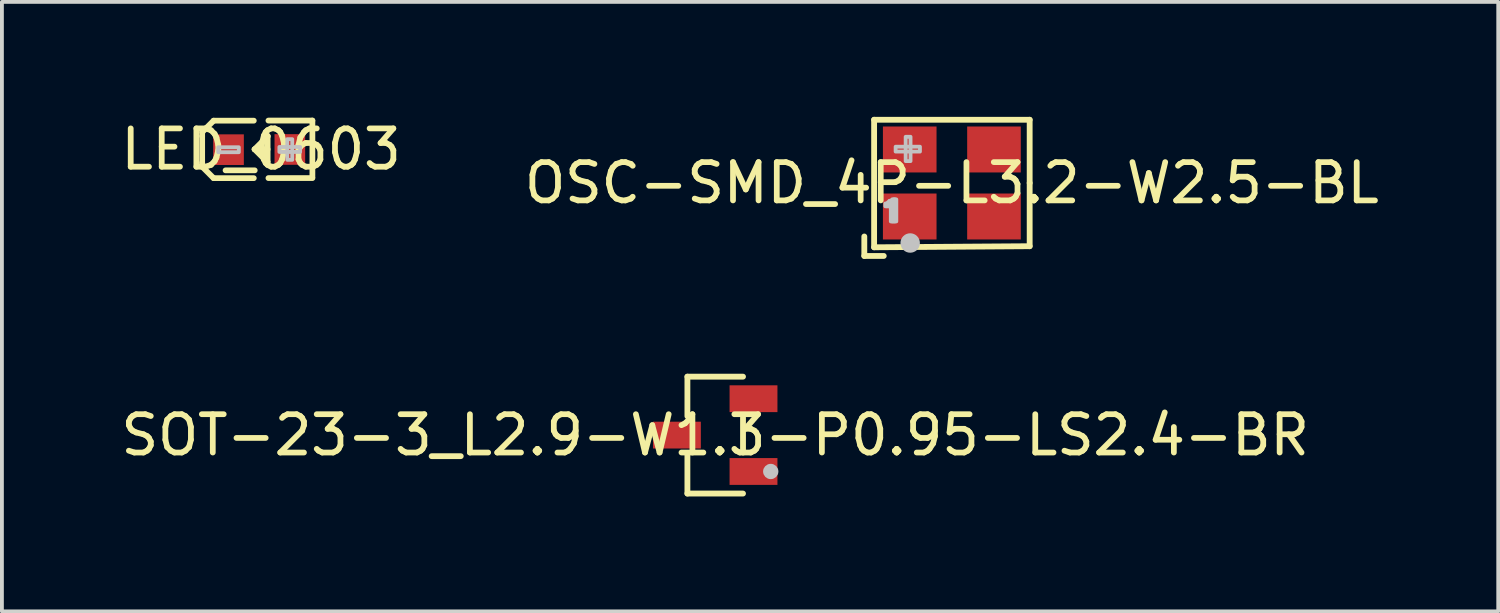
<source format=kicad_pcb>
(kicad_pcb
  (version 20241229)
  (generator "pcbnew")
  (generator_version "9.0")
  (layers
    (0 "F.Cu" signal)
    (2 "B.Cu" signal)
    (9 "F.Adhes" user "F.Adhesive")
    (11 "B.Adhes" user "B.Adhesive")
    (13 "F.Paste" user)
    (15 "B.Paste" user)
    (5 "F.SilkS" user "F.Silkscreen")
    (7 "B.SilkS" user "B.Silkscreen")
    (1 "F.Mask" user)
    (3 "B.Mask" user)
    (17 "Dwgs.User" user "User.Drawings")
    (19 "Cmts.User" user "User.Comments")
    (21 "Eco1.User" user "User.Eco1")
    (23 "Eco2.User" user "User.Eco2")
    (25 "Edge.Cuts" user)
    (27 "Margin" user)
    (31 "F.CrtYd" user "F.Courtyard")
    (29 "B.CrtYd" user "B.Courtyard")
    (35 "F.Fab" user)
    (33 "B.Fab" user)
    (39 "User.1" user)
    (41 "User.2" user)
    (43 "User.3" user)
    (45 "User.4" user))
  (footprint "SOT-23-3_L2.9-W1.3-P0.95-LS2.4-BR"
    (layer "F.Cu")
    (at 15.625 8.311)
    (property "Reference" "SOT-23-3_L2.9-W1.3-P0.95-LS2.4-BR" (at 0 0 0) (layer "F.SilkS") (effects (font (size 1 1) (thickness 0.15))))
    (fp_line (start -0.726 -1.526) (end -0.726 -0.494) (stroke (width 0.152) (type default)) (layer "F.SilkS"))
    (fp_line (start -0.726 1.526) (end -0.726 0.494) (stroke (width 0.152) (type default)) (layer "F.SilkS"))
    (fp_line (start 0.726 -1.526) (end -0.726 -1.526) (stroke (width 0.152) (type default)) (layer "F.SilkS"))
    (fp_line (start 0.726 -0.456) (end 0.726 0.456) (stroke (width 0.152) (type default)) (layer "F.SilkS"))
    (fp_line (start 0.726 1.526) (end -0.726 1.526) (stroke (width 0.152) (type default)) (layer "F.SilkS"))
    (fp_circle (center 1.45 0.95) (end 1.55 0.95) (stroke (width 0.2) (type default)) (fill no) (layer "Dwgs.User"))
    (fp_poly (pts (xy -1.2 0.2) (xy -1.2 -0.2) (xy -0.8 -0.2) (xy -0.8 0.2)) (stroke (width 0.1) (type default)) (fill no) (layer "User.1"))
    (fp_poly (pts (xy -0.81 0.2) (xy -0.81 -0.2) (xy -0.64 -0.2) (xy -0.64 0.2)) (stroke (width 0.1) (type default)) (fill no) (layer "User.1"))
    (fp_poly (pts (xy 0.64 -0.75) (xy 0.64 -1.15) (xy 0.81 -1.15) (xy 0.81 -0.75)) (stroke (width 0.1) (type default)) (fill no) (layer "User.1"))
    (fp_poly (pts (xy 0.64 1.15) (xy 0.64 0.75) (xy 0.81 0.75) (xy 0.81 1.15)) (stroke (width 0.1) (type default)) (fill no) (layer "User.1"))
    (fp_poly (pts (xy 0.8 -0.75) (xy 0.8 -1.15) (xy 1.2 -1.15) (xy 1.2 -0.75)) (stroke (width 0.1) (type default)) (fill no) (layer "User.1"))
    (fp_poly (pts (xy 0.8 1.15) (xy 0.8 0.75) (xy 1.2 0.75) (xy 1.2 1.15)) (stroke (width 0.1) (type default)) (fill no) (layer "User.1"))
    (fp_line (start -0.65 -1.45) (end 0.65 -1.45) (stroke (width 0.051) (type default)) (layer "User.2"))
    (fp_line (start -0.65 1.45) (end -0.65 -1.45) (stroke (width 0.051) (type default)) (layer "User.2"))
    (fp_line (start 0.65 -1.45) (end 0.65 1.45) (stroke (width 0.051) (type default)) (layer "User.2"))
    (fp_line (start 0.65 1.45) (end -0.65 1.45) (stroke (width 0.051) (type default)) (layer "User.2"))
    (fp_poly (pts (xy 1.26 1.45) (xy 1.242 1.408) (xy 1.2 1.39) (xy 1.158 1.408) (xy 1.14 1.45) (xy 1.158 1.492) (xy 1.2 1.51) (xy 1.242 1.492)) (stroke (width 0.1) (type default)) (fill no) (layer "User.3"))
    (pad "1" smd rect (at 1 0.95) (size 1.25 0.7) (layers "F.Cu" "F.Mask" "F.Paste"))
    (pad "2" smd rect (at 1 -0.95) (size 1.25 0.7) (layers "F.Cu" "F.Mask" "F.Paste"))
    (pad "3" smd rect (at -1 0) (size 1.25 0.7) (layers "F.Cu" "F.Mask" "F.Paste")))
  (footprint "OSC-SMD_4P-L3.2-W2.5-BL"
    (layer "F.Cu")
    (at 21.804 1.728)
    (property "Reference" "OSC-SMD_4P-L3.2-W2.5-BL" (at 0 0 0) (layer "F.SilkS") (effects (font (size 1 1) (thickness 0.15))))
    (fp_line (start -2.286 1.397) (end -2.286 1.905) (stroke (width 0.152) (type default)) (layer "F.SilkS"))
    (fp_line (start -2.286 1.905) (end -1.778 1.905) (stroke (width 0.152) (type default)) (layer "F.SilkS"))
    (fp_line (start -2.03 -1.651) (end 2.032 -1.651) (stroke (width 0.152) (type default)) (layer "F.SilkS"))
    (fp_line (start -2.03 1.679) (end -2.03 -1.651) (stroke (width 0.152) (type default)) (layer "F.SilkS"))
    (fp_line (start 2.032 -1.651) (end 2.032 0) (stroke (width 0.152) (type default)) (layer "F.SilkS"))
    (fp_line (start 2.032 0) (end 2.032 1.651) (stroke (width 0.152) (type default)) (layer "F.SilkS"))
    (fp_line (start 2.032 1.651) (end -2.03 1.679) (stroke (width 0.152) (type default)) (layer "F.SilkS"))
    (fp_circle (center -1.088 1.567) (end -0.961 1.567) (stroke (width 0.254) (type default)) (fill no) (layer "Dwgs.User"))
    (fp_poly (pts (xy -1.738 0.536) (xy -1.702 0.536) (xy -1.702 0.608) (xy -1.738 0.608)) (stroke (width 0.1) (type default)) (fill no) (layer "Dwgs.User"))
    (fp_poly (pts (xy -1.702 0.536) (xy -1.666 0.536) (xy -1.666 0.608) (xy -1.702 0.608)) (stroke (width 0.1) (type default)) (fill no) (layer "Dwgs.User"))
    (fp_poly (pts (xy -1.666 0.5) (xy -1.63 0.5) (xy -1.63 0.608) (xy -1.666 0.608)) (stroke (width 0.1) (type default)) (fill no) (layer "Dwgs.User"))
    (fp_poly (pts (xy -1.63 0.464) (xy -1.594 0.464) (xy -1.594 0.572) (xy -1.63 0.572)) (stroke (width 0.1) (type default)) (fill no) (layer "Dwgs.User"))
    (fp_poly (pts (xy -1.594 0.464) (xy -1.558 0.464) (xy -1.558 1.004) (xy -1.594 1.004)) (stroke (width 0.1) (type default)) (fill no) (layer "Dwgs.User"))
    (fp_poly (pts (xy -1.558 0.428) (xy -1.522 0.428) (xy -1.522 1.004) (xy -1.558 1.004)) (stroke (width 0.1) (type default)) (fill no) (layer "Dwgs.User"))
    (fp_poly (pts (xy -1.522 0.428) (xy -1.486 0.428) (xy -1.486 1.004) (xy -1.522 1.004)) (stroke (width 0.1) (type default)) (fill no) (layer "Dwgs.User"))
    (fp_poly (pts (xy -1.486 0.428) (xy -1.45 0.428) (xy -1.45 1.004) (xy -1.486 1.004)) (stroke (width 0.1) (type default)) (fill no) (layer "Dwgs.User"))
    (fp_poly (pts (xy -1.468 -0.82) (xy -0.833 -0.82) (xy -0.833 -0.947) (xy -1.468 -0.947)) (stroke (width 0.1) (type default)) (fill no) (layer "Dwgs.User"))
    (fp_poly (pts (xy -1.206 -1.206) (xy -1.206 -0.572) (xy -1.079 -0.572) (xy -1.079 -1.206)) (stroke (width 0.1) (type default)) (fill no) (layer "Dwgs.User"))
    (fp_poly (pts (xy -1.5 -1.249) (xy -0.6 -1.249) (xy -0.6 -0.449) (xy -1.5 -0.449)) (stroke (width 0.1) (type default)) (fill no) (layer "User.1"))
    (fp_poly (pts (xy -1.5 0.449) (xy -0.6 0.449) (xy -0.6 1.249) (xy -1.5 1.249)) (stroke (width 0.1) (type default)) (fill no) (layer "User.1"))
    (fp_poly (pts (xy 0.6 -1.249) (xy 1.5 -1.249) (xy 1.5 -0.449) (xy 0.6 -0.449)) (stroke (width 0.1) (type default)) (fill no) (layer "User.1"))
    (fp_poly (pts (xy 0.6 0.449) (xy 1.5 0.449) (xy 1.5 1.249) (xy 0.6 1.249)) (stroke (width 0.1) (type default)) (fill no) (layer "User.1"))
    (fp_line (start -1.6 -1.25) (end 1.6 -1.25) (stroke (width 0.051) (type default)) (layer "User.2"))
    (fp_line (start -1.6 1.25) (end -1.6 -1.25) (stroke (width 0.051) (type default)) (layer "User.2"))
    (fp_line (start 1.6 -1.25) (end 1.6 1.25) (stroke (width 0.051) (type default)) (layer "User.2"))
    (fp_line (start 1.6 1.25) (end -1.6 1.25) (stroke (width 0.051) (type default)) (layer "User.2"))
    (fp_poly (pts (xy -1.54 1.25) (xy -1.558 1.208) (xy -1.6 1.19) (xy -1.642 1.208) (xy -1.66 1.25) (xy -1.642 1.292) (xy -1.6 1.31) (xy -1.558 1.292)) (stroke (width 0.1) (type default)) (fill no) (layer "User.3"))
    (pad "1" smd rect (at -1.1 0.875) (size 1.4 1.2) (layers "F.Cu" "F.Mask" "F.Paste"))
    (pad "2" smd rect (at 1.1 0.875) (size 1.4 1.2) (layers "F.Cu" "F.Mask" "F.Paste"))
    (pad "3" smd rect (at 1.1 -0.875) (size 1.4 1.2) (layers "F.Cu" "F.Mask" "F.Paste"))
    (pad "4" smd rect (at -1.1 -0.875) (size 1.4 1.2) (layers "F.Cu" "F.Mask" "F.Paste")))
  (footprint "LED_0603"
    (layer "F.Cu")
    (at 3.768 0.848)
    (property "Reference" "LED_0603" (at 0 0 0) (layer "F.SilkS") (effects (font (size 1 1) (thickness 0.15))))
    (fp_line (start -1.539 -0.447) (end -1.24 -0.747) (stroke (width 0.15) (type default)) (layer "F.SilkS"))
    (fp_line (start -1.539 -0.345) (end -1.539 -0.447) (stroke (width 0.15) (type default)) (layer "F.SilkS"))
    (fp_line (start -1.539 -0.345) (end -1.539 0.353) (stroke (width 0.15) (type default)) (layer "F.SilkS"))
    (fp_line (start -1.539 0.353) (end -1.539 0.455) (stroke (width 0.15) (type default)) (layer "F.SilkS"))
    (fp_line (start -1.539 0.455) (end -1.24 0.754) (stroke (width 0.15) (type default)) (layer "F.SilkS"))
    (fp_line (start -0.191 -0.747) (end -1.24 -0.747) (stroke (width 0.15) (type default)) (layer "F.SilkS"))
    (fp_line (start -0.191 0.754) (end -1.24 0.754) (stroke (width 0.15) (type default)) (layer "F.SilkS"))
    (fp_line (start 0.16 0.33) (end -0.17 0) (stroke (width 0.15) (type default)) (layer "F.SilkS"))
    (fp_line (start 0.17 -0.348) (end 0.17 -0.338) (stroke (width 0.15) (type default)) (layer "F.SilkS"))
    (fp_line (start 0.17 -0.348) (end 0.17 0.33) (stroke (width 0.15) (type default)) (layer "F.SilkS"))
    (fp_line (start 0.17 -0.338) (end -0.17 0) (stroke (width 0.15) (type default)) (layer "F.SilkS"))
    (fp_line (start 0.17 0) (end -0.17 0) (stroke (width 0.15) (type default)) (layer "F.SilkS"))
    (fp_line (start 0.17 0.33) (end 0.16 0.33) (stroke (width 0.15) (type default)) (layer "F.SilkS"))
    (fp_line (start 0.191 -0.75) (end 1.339 -0.75) (stroke (width 0.15) (type default)) (layer "F.SilkS"))
    (fp_line (start 0.191 0.752) (end 1.339 0.752) (stroke (width 0.15) (type default)) (layer "F.SilkS"))
    (fp_line (start 1.339 -0.75) (end 1.339 0.732) (stroke (width 0.15) (type default)) (layer "F.SilkS"))
    (fp_poly (pts (xy -1.12 -0.053) (xy -0.582 -0.053) (xy -0.582 0.076) (xy -1.12 0.076)) (stroke (width 0.1) (type default)) (fill no) (layer "Dwgs.User"))
    (fp_poly (pts (xy 0.477 -0.061) (xy 1.018 -0.061) (xy 1.018 0.069) (xy 0.477 0.069)) (stroke (width 0.1) (type default)) (fill no) (layer "Dwgs.User"))
    (fp_poly (pts (xy 0.683 0.275) (xy 0.683 -0.264) (xy 0.813 -0.264) (xy 0.813 0.275)) (stroke (width 0.1) (type default)) (fill no) (layer "Dwgs.User"))
    (fp_poly (pts (xy -0.851 0.411) (xy -0.851 -0.389) (xy -0.551 -0.389) (xy -0.551 0.411)) (stroke (width 0.1) (type default)) (fill no) (layer "User.1"))
    (fp_poly (pts (xy 0.45 0.404) (xy 0.45 -0.396) (xy 0.75 -0.396) (xy 0.75 0.404)) (stroke (width 0.1) (type default)) (fill no) (layer "User.1"))
    (fp_line (start -0.851 -0.391) (end 0.75 -0.391) (stroke (width 0.051) (type default)) (layer "User.2"))
    (fp_line (start -0.851 0.406) (end -0.851 -0.391) (stroke (width 0.051) (type default)) (layer "User.2"))
    (fp_line (start 0.75 -0.391) (end 0.75 0.406) (stroke (width 0.051) (type default)) (layer "User.2"))
    (fp_line (start 0.75 0.406) (end -0.851 0.406) (stroke (width 0.051) (type default)) (layer "User.2"))
    (fp_poly (pts (xy -0.79 0.411) (xy -0.808 0.368) (xy -0.851 0.35) (xy -0.894 0.368) (xy -0.912 0.411) (xy -0.894 0.455) (xy -0.851 0.472) (xy -0.808 0.455)) (stroke (width 0.1) (type default)) (fill no) (layer "User.3"))
    (pad "1" smd rect (at -0.851 0.01 90) (size 0.8 0.8) (layers "F.Cu" "F.Mask" "F.Paste"))
    (pad "2" smd rect (at 0.75 0.005 90) (size 0.8 0.8) (layers "F.Cu" "F.Mask" "F.Paste")))
  (gr_rect
    (start -3 -3)
    (end 36.071 12.913)
    (stroke (width 0.1) (type default))
    (fill no)
    (layer "Edge.Cuts")))
</source>
